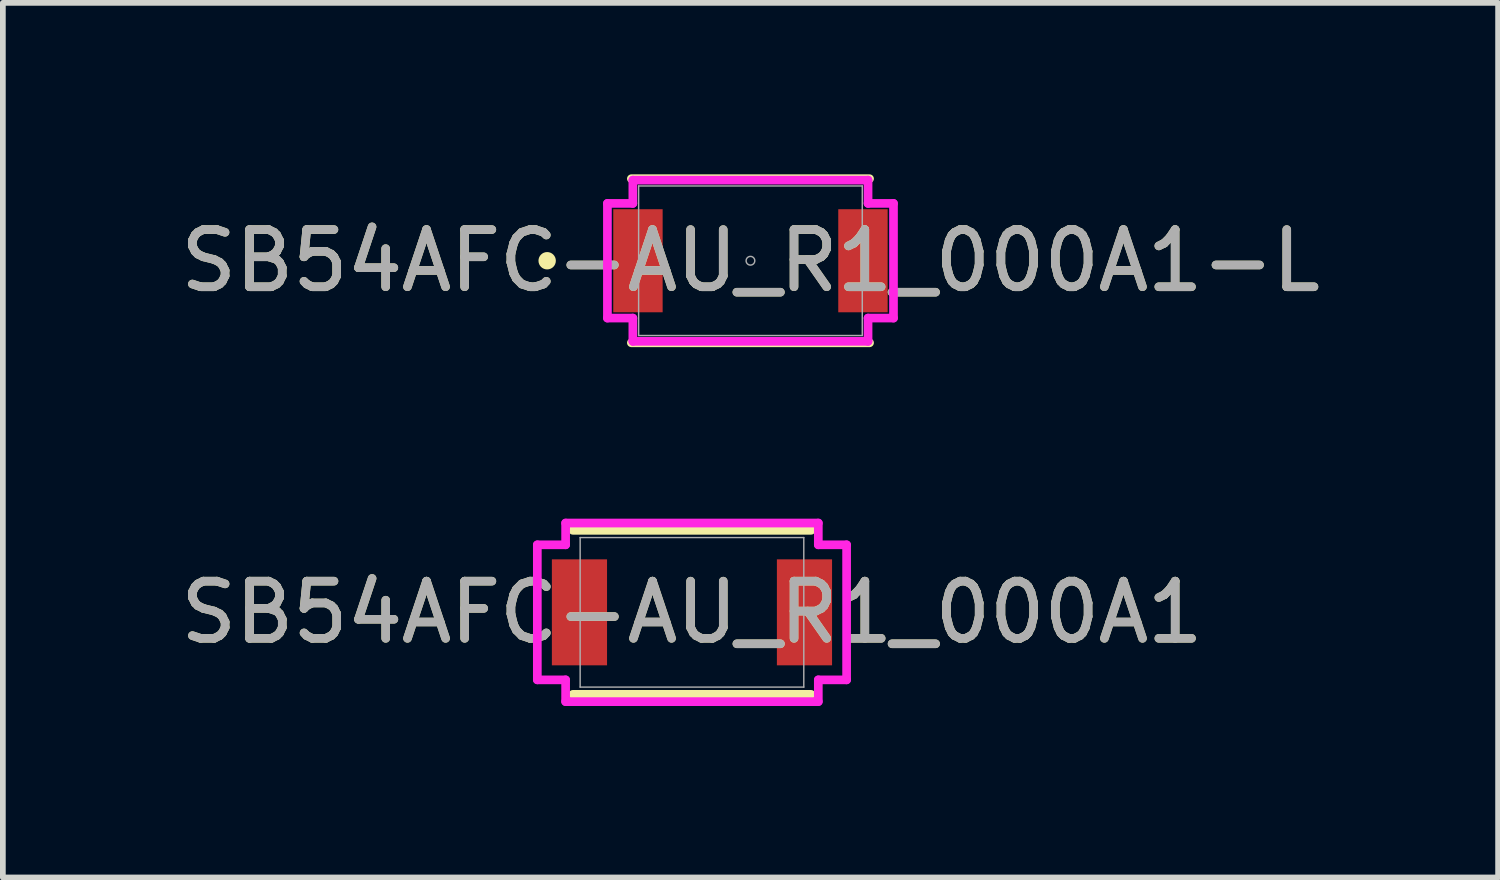
<source format=kicad_pcb>
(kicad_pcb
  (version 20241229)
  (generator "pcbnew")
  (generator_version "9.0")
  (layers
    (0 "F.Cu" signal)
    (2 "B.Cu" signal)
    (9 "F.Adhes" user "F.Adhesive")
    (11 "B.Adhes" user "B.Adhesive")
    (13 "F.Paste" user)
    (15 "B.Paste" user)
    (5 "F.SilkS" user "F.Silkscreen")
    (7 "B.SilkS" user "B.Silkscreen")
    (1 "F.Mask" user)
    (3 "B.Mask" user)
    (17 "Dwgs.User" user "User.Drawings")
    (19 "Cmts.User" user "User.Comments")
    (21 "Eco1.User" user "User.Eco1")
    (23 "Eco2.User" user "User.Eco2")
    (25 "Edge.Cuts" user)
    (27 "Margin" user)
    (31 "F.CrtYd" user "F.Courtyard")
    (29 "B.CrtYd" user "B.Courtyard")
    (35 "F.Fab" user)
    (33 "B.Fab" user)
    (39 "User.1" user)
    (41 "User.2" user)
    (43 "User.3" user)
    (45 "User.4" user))
  (footprint "SB54AFC-AU_R1_000A1"
    (layer "F.Cu")
    (at 9.054 7.661)
    (property "Reference" "SB54AFC-AU_R1_000A1" (at 0 0 0) (unlocked yes) (layer "F.SilkS") (effects (font (size 1 1) (thickness 0.15))))
    (attr smd)
    (fp_line (start -2.083 1.435) (end 2.083 1.435) (stroke (width 0.152) (type solid)) (layer "F.SilkS"))
    (fp_line (start 2.083 -1.435) (end -2.083 -1.435) (stroke (width 0.152) (type solid)) (layer "F.SilkS"))
    (fp_line (start -2.705 -1.181) (end -2.21 -1.181) (stroke (width 0.152) (type solid)) (layer "F.CrtYd"))
    (fp_line (start -2.705 1.181) (end -2.705 -1.181) (stroke (width 0.152) (type solid)) (layer "F.CrtYd"))
    (fp_line (start -2.705 1.181) (end -2.21 1.181) (stroke (width 0.152) (type solid)) (layer "F.CrtYd"))
    (fp_line (start -2.21 -1.562) (end 2.21 -1.562) (stroke (width 0.152) (type solid)) (layer "F.CrtYd"))
    (fp_line (start -2.21 -1.181) (end -2.21 -1.562) (stroke (width 0.152) (type solid)) (layer "F.CrtYd"))
    (fp_line (start -2.21 1.562) (end -2.21 1.181) (stroke (width 0.152) (type solid)) (layer "F.CrtYd"))
    (fp_line (start 2.21 -1.562) (end 2.21 -1.181) (stroke (width 0.152) (type solid)) (layer "F.CrtYd"))
    (fp_line (start 2.21 1.181) (end 2.21 1.562) (stroke (width 0.152) (type solid)) (layer "F.CrtYd"))
    (fp_line (start 2.21 1.562) (end -2.21 1.562) (stroke (width 0.152) (type solid)) (layer "F.CrtYd"))
    (fp_line (start 2.705 -1.181) (end 2.21 -1.181) (stroke (width 0.152) (type solid)) (layer "F.CrtYd"))
    (fp_line (start 2.705 -1.181) (end 2.705 1.181) (stroke (width 0.152) (type solid)) (layer "F.CrtYd"))
    (fp_line (start 2.705 1.181) (end 2.21 1.181) (stroke (width 0.152) (type solid)) (layer "F.CrtYd"))
    (fp_line (start -1.956 -1.308) (end -1.956 1.308) (stroke (width 0.025) (type solid)) (layer "F.Fab"))
    (fp_line (start -1.956 1.308) (end 1.956 1.308) (stroke (width 0.025) (type solid)) (layer "F.Fab"))
    (fp_line (start 1.956 -1.308) (end -1.956 -1.308) (stroke (width 0.025) (type solid)) (layer "F.Fab"))
    (fp_line (start 1.956 1.308) (end 1.956 -1.308) (stroke (width 0.025) (type solid)) (layer "F.Fab"))
    (fp_circle (center 0 0) (end 0 0) (stroke (width 0.025) (type solid)) (fill no) (layer "F.Fab"))
    (fp_text user "${REFERENCE}" (at 0 0 0) (unlocked yes) (layer "F.Fab") (effects (font (size 1 1) (thickness 0.15))))
    (pad "1" smd rect (at -1.968 0) (size 0.965 1.854) (layers "F.Cu" "F.Mask" "F.Paste"))
    (pad "2" smd rect (at 1.968 0) (size 0.965 1.854) (layers "F.Cu" "F.Mask" "F.Paste")))
  (footprint "SB54AFC-AU_R1_000A1-L"
    (layer "F.Cu")
    (at 10.077 1.511)
    (property "Reference" "SB54AFC-AU_R1_000A1-L" (at 0 0 0) (unlocked yes) (layer "F.SilkS") (effects (font (size 1 1) (thickness 0.15))))
    (attr smd)
    (fp_line (start -2.083 1.435) (end 2.083 1.435) (stroke (width 0.152) (type solid)) (layer "F.SilkS"))
    (fp_line (start 2.083 -1.435) (end -2.083 -1.435) (stroke (width 0.152) (type solid)) (layer "F.SilkS"))
    (fp_circle (center -3.556 0) (end -3.48 0) (stroke (width 0.152) (type solid)) (fill no) (layer "F.SilkS"))
    (fp_line (start -2.502 -1.003) (end -2.057 -1.003) (stroke (width 0.152) (type solid)) (layer "F.CrtYd"))
    (fp_line (start -2.502 1.003) (end -2.502 -1.003) (stroke (width 0.152) (type solid)) (layer "F.CrtYd"))
    (fp_line (start -2.502 1.003) (end -2.057 1.003) (stroke (width 0.152) (type solid)) (layer "F.CrtYd"))
    (fp_line (start -2.057 -1.41) (end 2.057 -1.41) (stroke (width 0.152) (type solid)) (layer "F.CrtYd"))
    (fp_line (start -2.057 -1.003) (end -2.057 -1.41) (stroke (width 0.152) (type solid)) (layer "F.CrtYd"))
    (fp_line (start -2.057 1.41) (end -2.057 1.003) (stroke (width 0.152) (type solid)) (layer "F.CrtYd"))
    (fp_line (start 2.057 -1.41) (end 2.057 -1.003) (stroke (width 0.152) (type solid)) (layer "F.CrtYd"))
    (fp_line (start 2.057 1.003) (end 2.057 1.41) (stroke (width 0.152) (type solid)) (layer "F.CrtYd"))
    (fp_line (start 2.057 1.41) (end -2.057 1.41) (stroke (width 0.152) (type solid)) (layer "F.CrtYd"))
    (fp_line (start 2.502 -1.003) (end 2.057 -1.003) (stroke (width 0.152) (type solid)) (layer "F.CrtYd"))
    (fp_line (start 2.502 -1.003) (end 2.502 1.003) (stroke (width 0.152) (type solid)) (layer "F.CrtYd"))
    (fp_line (start 2.502 1.003) (end 2.057 1.003) (stroke (width 0.152) (type solid)) (layer "F.CrtYd"))
    (fp_line (start -1.956 -1.308) (end -1.956 1.308) (stroke (width 0.025) (type solid)) (layer "F.Fab"))
    (fp_line (start -1.956 1.308) (end 1.956 1.308) (stroke (width 0.025) (type solid)) (layer "F.Fab"))
    (fp_line (start 1.956 -1.308) (end -1.956 -1.308) (stroke (width 0.025) (type solid)) (layer "F.Fab"))
    (fp_line (start 1.956 1.308) (end 1.956 -1.308) (stroke (width 0.025) (type solid)) (layer "F.Fab"))
    (fp_circle (center 0 0) (end 0.076 0) (stroke (width 0.025) (type solid)) (fill no) (layer "F.Fab"))
    (fp_text user "${REFERENCE}" (at 0 0 0) (unlocked yes) (layer "F.Fab") (effects (font (size 1 1) (thickness 0.15))))
    (pad "1" smd rect (at -1.968 0) (size 0.864 1.803) (layers "F.Cu" "F.Mask" "F.Paste"))
    (pad "2" smd rect (at 1.968 0) (size 0.864 1.803) (layers "F.Cu" "F.Mask" "F.Paste")))
  (gr_rect
    (start -3 -3)
    (end 23.155 12.299)
    (stroke (width 0.1) (type default))
    (fill no)
    (layer "Edge.Cuts")))
</source>
